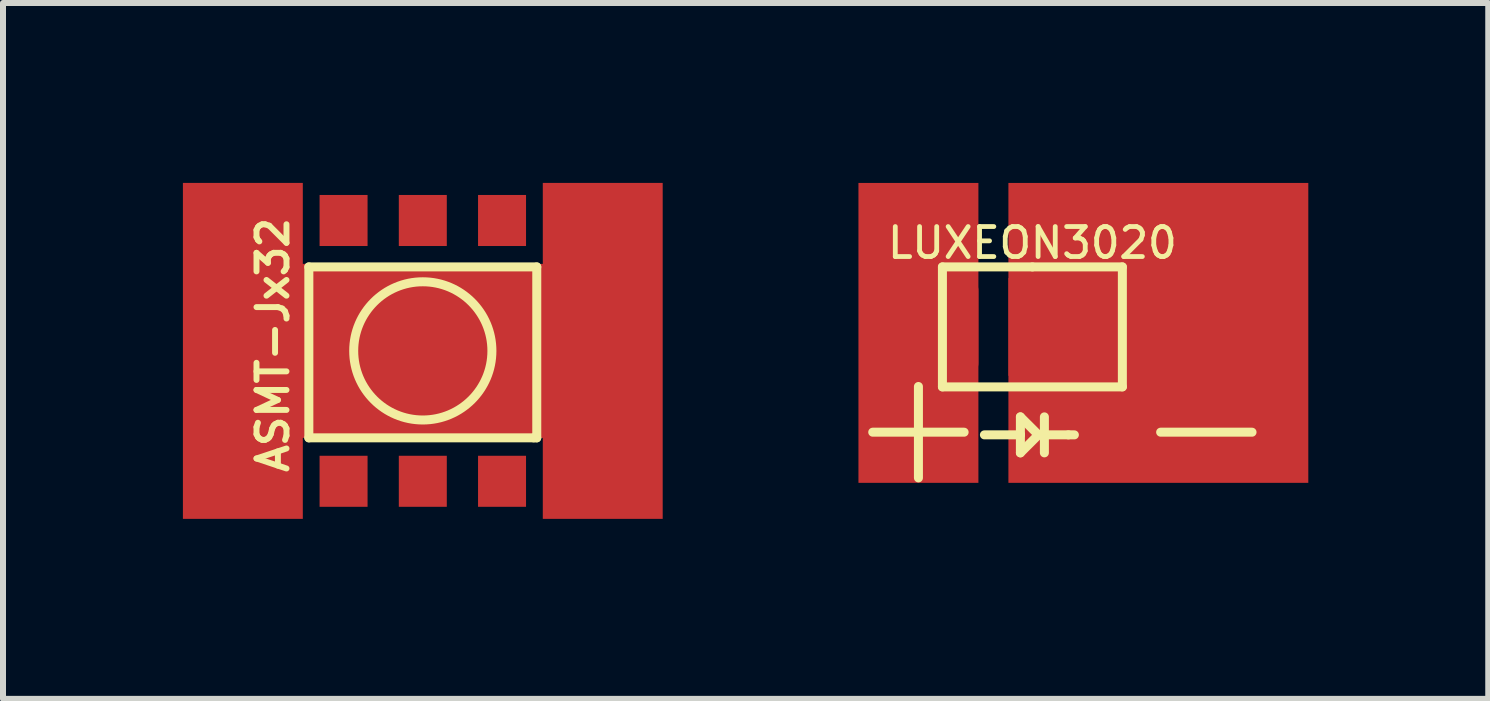
<source format=kicad_pcb>
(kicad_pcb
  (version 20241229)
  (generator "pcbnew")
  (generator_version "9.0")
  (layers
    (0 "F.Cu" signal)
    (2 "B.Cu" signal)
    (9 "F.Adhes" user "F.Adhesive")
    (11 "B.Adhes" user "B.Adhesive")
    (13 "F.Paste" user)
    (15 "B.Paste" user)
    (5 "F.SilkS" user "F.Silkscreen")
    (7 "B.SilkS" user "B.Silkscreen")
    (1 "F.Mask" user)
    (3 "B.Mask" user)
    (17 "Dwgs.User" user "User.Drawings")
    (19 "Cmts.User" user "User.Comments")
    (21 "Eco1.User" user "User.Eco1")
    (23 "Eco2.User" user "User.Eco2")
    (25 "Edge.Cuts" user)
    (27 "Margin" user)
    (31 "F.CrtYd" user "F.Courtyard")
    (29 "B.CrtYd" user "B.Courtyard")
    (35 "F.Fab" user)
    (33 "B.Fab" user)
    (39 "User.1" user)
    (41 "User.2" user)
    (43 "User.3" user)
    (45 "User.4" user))
  (footprint "LUXEON3020"
    (layer "F.Cu")
    (at 14.162 2.4)
    (property "Reference" "LUXEON3020" (at 0 -1.4 0) (layer "F.SilkS") (effects (font (size 0.5 0.5) (thickness 0.08))))
    (attr through_hole)
    (fp_line (start -1.5 -1) (end -1.5 1) (stroke (width 0.15) (type solid)) (layer "F.SilkS"))
    (fp_line (start -1.5 1) (end 1.5 1) (stroke (width 0.15) (type solid)) (layer "F.SilkS"))
    (fp_line (start -0.8 1.8) (end -0.2 1.8) (stroke (width 0.15) (type solid)) (layer "F.SilkS"))
    (fp_line (start -0.2 1.5) (end 0.1 1.8) (stroke (width 0.15) (type solid)) (layer "F.SilkS"))
    (fp_line (start -0.2 1.8) (end -0.2 1.5) (stroke (width 0.15) (type solid)) (layer "F.SilkS"))
    (fp_line (start -0.2 2.1) (end -0.2 1.8) (stroke (width 0.15) (type solid)) (layer "F.SilkS"))
    (fp_line (start 0 -1) (end -1.5 -1) (stroke (width 0.15) (type solid)) (layer "F.SilkS"))
    (fp_line (start 0.1 1.8) (end -0.2 2.1) (stroke (width 0.15) (type solid)) (layer "F.SilkS"))
    (fp_line (start 0.2 1.5) (end 0.2 2.1) (stroke (width 0.15) (type solid)) (layer "F.SilkS"))
    (fp_line (start 0.2 1.8) (end 0.6 1.8) (stroke (width 0.15) (type solid)) (layer "F.SilkS"))
    (fp_line (start 0.6 1.8) (end 0.7 1.8) (stroke (width 0.15) (type solid)) (layer "F.SilkS"))
    (fp_line (start 1.5 -1) (end 0 -1) (stroke (width 0.15) (type solid)) (layer "F.SilkS"))
    (fp_line (start 1.5 1) (end 1.5 -1) (stroke (width 0.15) (type solid)) (layer "F.SilkS"))
    (fp_text user "-" (at 2.9 1.6 0) (layer "F.SilkS") (effects (font (size 2 2) (thickness 0.15))))
    (fp_text user "+" (at -1.9 1.6 0) (layer "F.SilkS") (effects (font (size 2 2) (thickness 0.15))))
    (pad "1" smd rect (at -1.9 0.1) (size 2 5) (layers "F.Cu"))
    (pad "1" smd oval (at -1.107 0) (size 0.415 1.63) (layers "F.Cu" "F.Mask" "F.Paste"))
    (pad "2" smd rect (at 0.458 0) (size 1.715 1.63) (layers "F.Cu" "F.Mask" "F.Paste"))
    (pad "2" smd rect (at 2.1 0.1) (size 5 5) (layers "F.Cu")))
  (footprint "ASMT-Jx32"
    (layer "F.Cu")
    (at 3.999 2.8)
    (property "Reference" "ASMT-Jx32" (at -2.499 -0.099 90) (layer "F.SilkS") (effects (font (size 0.5 0.5) (thickness 0.099))))
    (attr through_hole)
    (fp_line (start -1.9 -1.4) (end -1.9 1.45) (stroke (width 0.15) (type solid)) (layer "F.SilkS"))
    (fp_line (start -1.9 1.45) (end 1.849 1.45) (stroke (width 0.15) (type solid)) (layer "F.SilkS"))
    (fp_line (start 1.849 1.45) (end 1.9 1.45) (stroke (width 0.15) (type solid)) (layer "F.SilkS"))
    (fp_line (start 1.9 -1.4) (end -1.9 -1.4) (stroke (width 0.15) (type solid)) (layer "F.SilkS"))
    (fp_line (start 1.9 1.45) (end 1.9 -1.4) (stroke (width 0.15) (type solid)) (layer "F.SilkS"))
    (fp_circle (center 0 0) (end 1.151 0.051) (stroke (width 0.15) (type solid)) (fill no) (layer "F.SilkS"))
    (pad "A" smd rect (at -1.321 -2.174) (size 0.8 0.851) (layers "F.Cu" "F.Mask" "F.Paste"))
    (pad "A" smd rect (at 0 -2.174) (size 0.8 0.851) (layers "F.Cu" "F.Mask" "F.Paste"))
    (pad "A" smd rect (at 1.321 -2.174) (size 0.8 0.851) (layers "F.Cu" "F.Mask" "F.Paste"))
    (pad "C" smd rect (at -1.321 2.174) (size 0.8 0.851) (layers "F.Cu" "F.Mask" "F.Paste"))
    (pad "C" smd rect (at 0 2.174) (size 0.8 0.851) (layers "F.Cu" "F.Mask" "F.Paste"))
    (pad "C" smd rect (at 1.321 2.174) (size 0.8 0.851) (layers "F.Cu" "F.Mask" "F.Paste"))
    (pad "NC" smd circle (at 0 0) (size 1.9 1.9) (layers "F.Cu" "F.Mask" "F.Paste"))
    (pad "NC" smd rect (at 0 0) (size 5.001 2.901) (layers "F.Cu"))
    (pad "NC1" smd rect (at -3 0) (size 1.999 5.601) (layers "F.Cu"))
    (pad "NC2" smd rect (at 3 0) (size 1.999 5.601) (layers "F.Cu")))
  (gr_rect
    (start -3 -3)
    (end 21.762 8.601)
    (stroke (width 0.1) (type default))
    (fill no)
    (layer "Edge.Cuts")))
</source>
